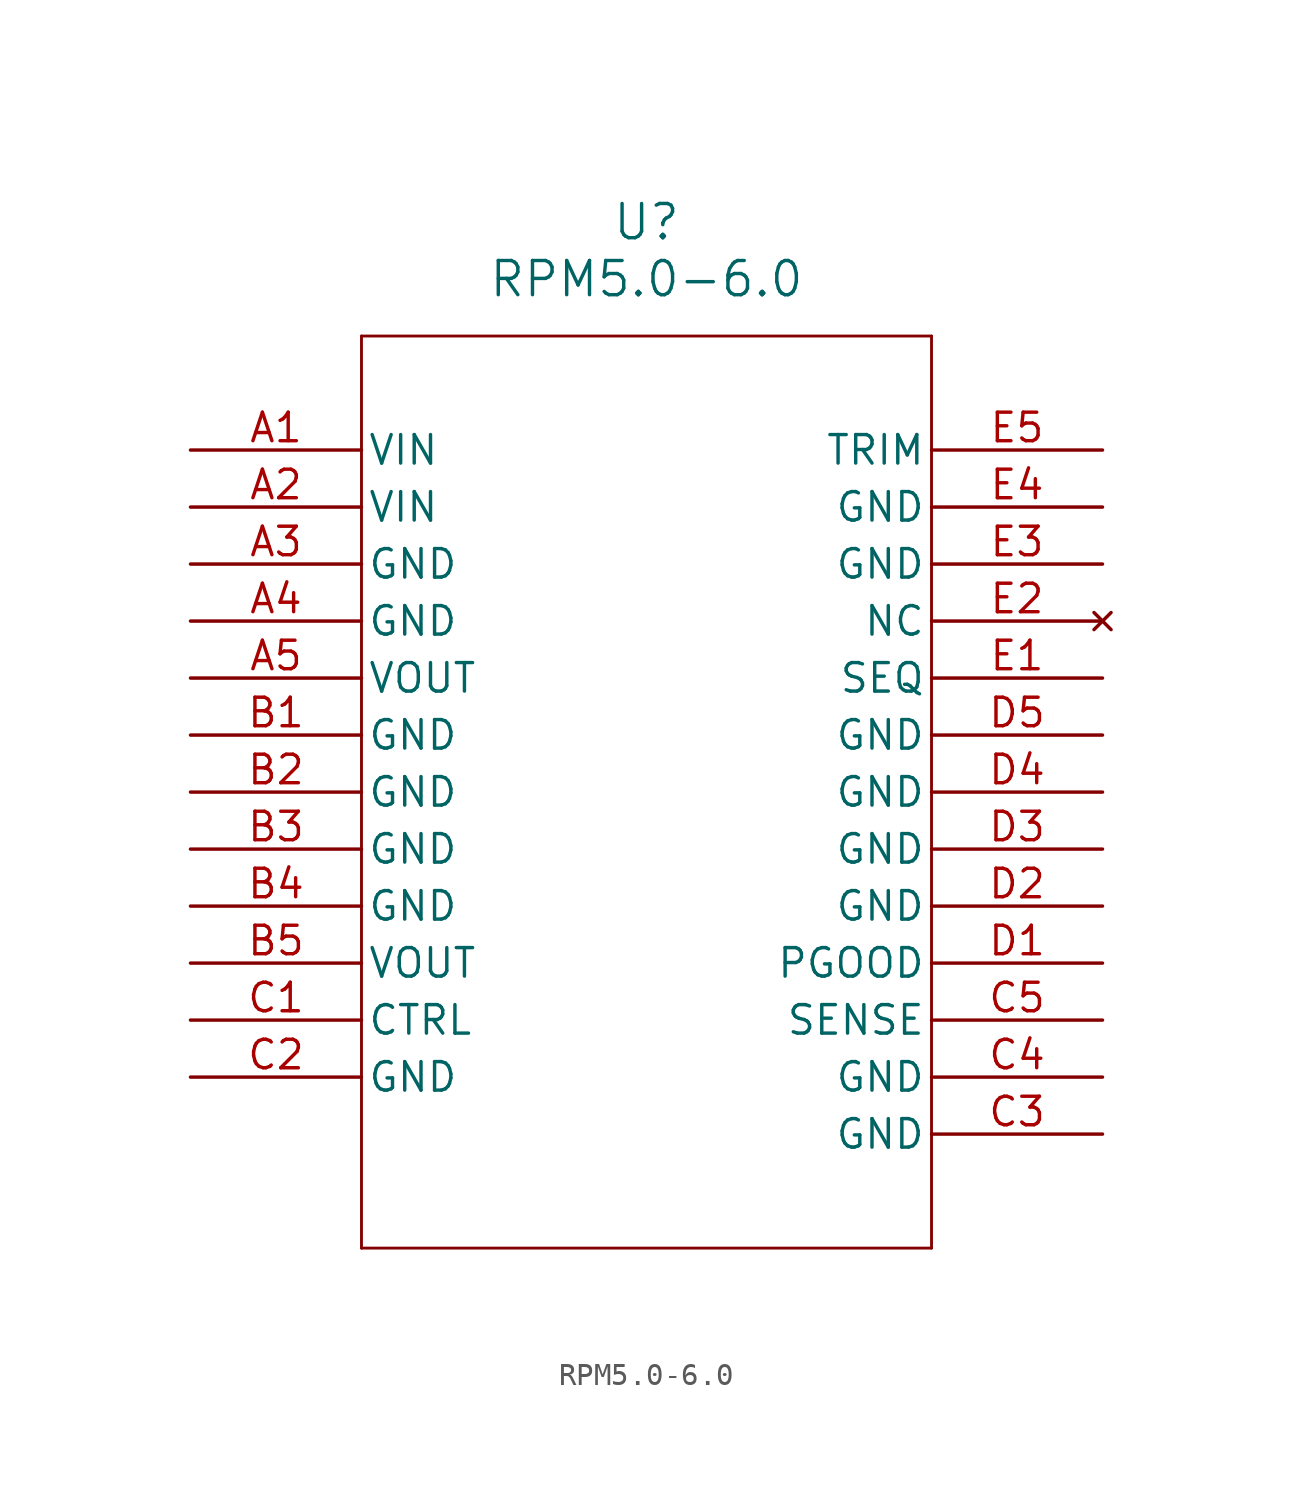
<source format=kicad_sym>
(kicad_symbol_lib
  (version 20220914)
  (generator kicad_symbol_editor)
  (symbol "RPM5.0-6.0"
    (pin_names
      (offset 0.254))
    (property "Reference" "U"
      (at 20.32 10.16 0)
      (effects (font (size 1.524 1.524))))
    (property "Value" "RPM5.0-6.0"
      (at 20.32 7.62 0)
      (effects (font (size 1.524 1.524))))
    (symbol "RPM5.0-6.0_0_1"
      (polyline (pts (xy 7.62 -35.56) (xy 33.02 -35.56)) (stroke (width 0.127) (type default)) (fill (type none)))
      (polyline (pts (xy 7.62 5.08) (xy 7.62 -35.56)) (stroke (width 0.127) (type default)) (fill (type none)))
      (polyline (pts (xy 33.02 -35.56) (xy 33.02 5.08)) (stroke (width 0.127) (type default)) (fill (type none)))
      (polyline (pts (xy 33.02 5.08) (xy 7.62 5.08)) (stroke (width 0.127) (type default)) (fill (type none)))
      (pin power_in line (at 0 0 0) (length 7.62) (name "VIN" (effects (font (size 1.27 1.27)))) (number "A1" (effects (font (size 1.27 1.27)))))
      (pin power_in line (at 0 -2.54 0) (length 7.62) (name "VIN" (effects (font (size 1.27 1.27)))) (number "A2" (effects (font (size 1.27 1.27)))))
      (pin power_out line (at 0 -5.08 0) (length 7.62) (name "GND" (effects (font (size 1.27 1.27)))) (number "A3" (effects (font (size 1.27 1.27)))))
      (pin power_out line (at 0 -7.62 0) (length 7.62) (name "GND" (effects (font (size 1.27 1.27)))) (number "A4" (effects (font (size 1.27 1.27)))))
      (pin output line (at 0 -10.16 0) (length 7.62) (name "VOUT" (effects (font (size 1.27 1.27)))) (number "A5" (effects (font (size 1.27 1.27)))))
      (pin power_out line (at 0 -12.7 0) (length 7.62) (name "GND" (effects (font (size 1.27 1.27)))) (number "B1" (effects (font (size 1.27 1.27)))))
      (pin power_out line (at 0 -15.24 0) (length 7.62) (name "GND" (effects (font (size 1.27 1.27)))) (number "B2" (effects (font (size 1.27 1.27)))))
      (pin power_out line (at 0 -17.78 0) (length 7.62) (name "GND" (effects (font (size 1.27 1.27)))) (number "B3" (effects (font (size 1.27 1.27)))))
      (pin power_out line (at 0 -20.32 0) (length 7.62) (name "GND" (effects (font (size 1.27 1.27)))) (number "B4" (effects (font (size 1.27 1.27)))))
      (pin output line (at 0 -22.86 0) (length 7.62) (name "VOUT" (effects (font (size 1.27 1.27)))) (number "B5" (effects (font (size 1.27 1.27)))))
      (pin unspecified line (at 0 -25.4 0) (length 7.62) (name "CTRL" (effects (font (size 1.27 1.27)))) (number "C1" (effects (font (size 1.27 1.27)))))
      (pin power_out line (at 0 -27.94 0) (length 7.62) (name "GND" (effects (font (size 1.27 1.27)))) (number "C2" (effects (font (size 1.27 1.27)))))
      (pin power_out line (at 40.64 -30.48 180) (length 7.62) (name "GND" (effects (font (size 1.27 1.27)))) (number "C3" (effects (font (size 1.27 1.27)))))
      (pin power_out line (at 40.64 -27.94 180) (length 7.62) (name "GND" (effects (font (size 1.27 1.27)))) (number "C4" (effects (font (size 1.27 1.27)))))
      (pin unspecified line (at 40.64 -25.4 180) (length 7.62) (name "SENSE" (effects (font (size 1.27 1.27)))) (number "C5" (effects (font (size 1.27 1.27)))))
      (pin output line (at 40.64 -22.86 180) (length 7.62) (name "PGOOD" (effects (font (size 1.27 1.27)))) (number "D1" (effects (font (size 1.27 1.27)))))
      (pin power_out line (at 40.64 -20.32 180) (length 7.62) (name "GND" (effects (font (size 1.27 1.27)))) (number "D2" (effects (font (size 1.27 1.27)))))
      (pin power_out line (at 40.64 -17.78 180) (length 7.62) (name "GND" (effects (font (size 1.27 1.27)))) (number "D3" (effects (font (size 1.27 1.27)))))
      (pin power_out line (at 40.64 -15.24 180) (length 7.62) (name "GND" (effects (font (size 1.27 1.27)))) (number "D4" (effects (font (size 1.27 1.27)))))
      (pin power_out line (at 40.64 -12.7 180) (length 7.62) (name "GND" (effects (font (size 1.27 1.27)))) (number "D5" (effects (font (size 1.27 1.27)))))
      (pin unspecified line (at 40.64 -10.16 180) (length 7.62) (name "SEQ" (effects (font (size 1.27 1.27)))) (number "E1" (effects (font (size 1.27 1.27)))))
      (pin no_connect line (at 40.64 -7.62 180) (length 7.62) (name "NC" (effects (font (size 1.27 1.27)))) (number "E2" (effects (font (size 1.27 1.27)))))
      (pin power_out line (at 40.64 -5.08 180) (length 7.62) (name "GND" (effects (font (size 1.27 1.27)))) (number "E3" (effects (font (size 1.27 1.27)))))
      (pin power_out line (at 40.64 -2.54 180) (length 7.62) (name "GND" (effects (font (size 1.27 1.27)))) (number "E4" (effects (font (size 1.27 1.27)))))
      (pin unspecified line (at 40.64 0 180) (length 7.62) (name "TRIM" (effects (font (size 1.27 1.27)))) (number "E5" (effects (font (size 1.27 1.27))))))))
</source>
